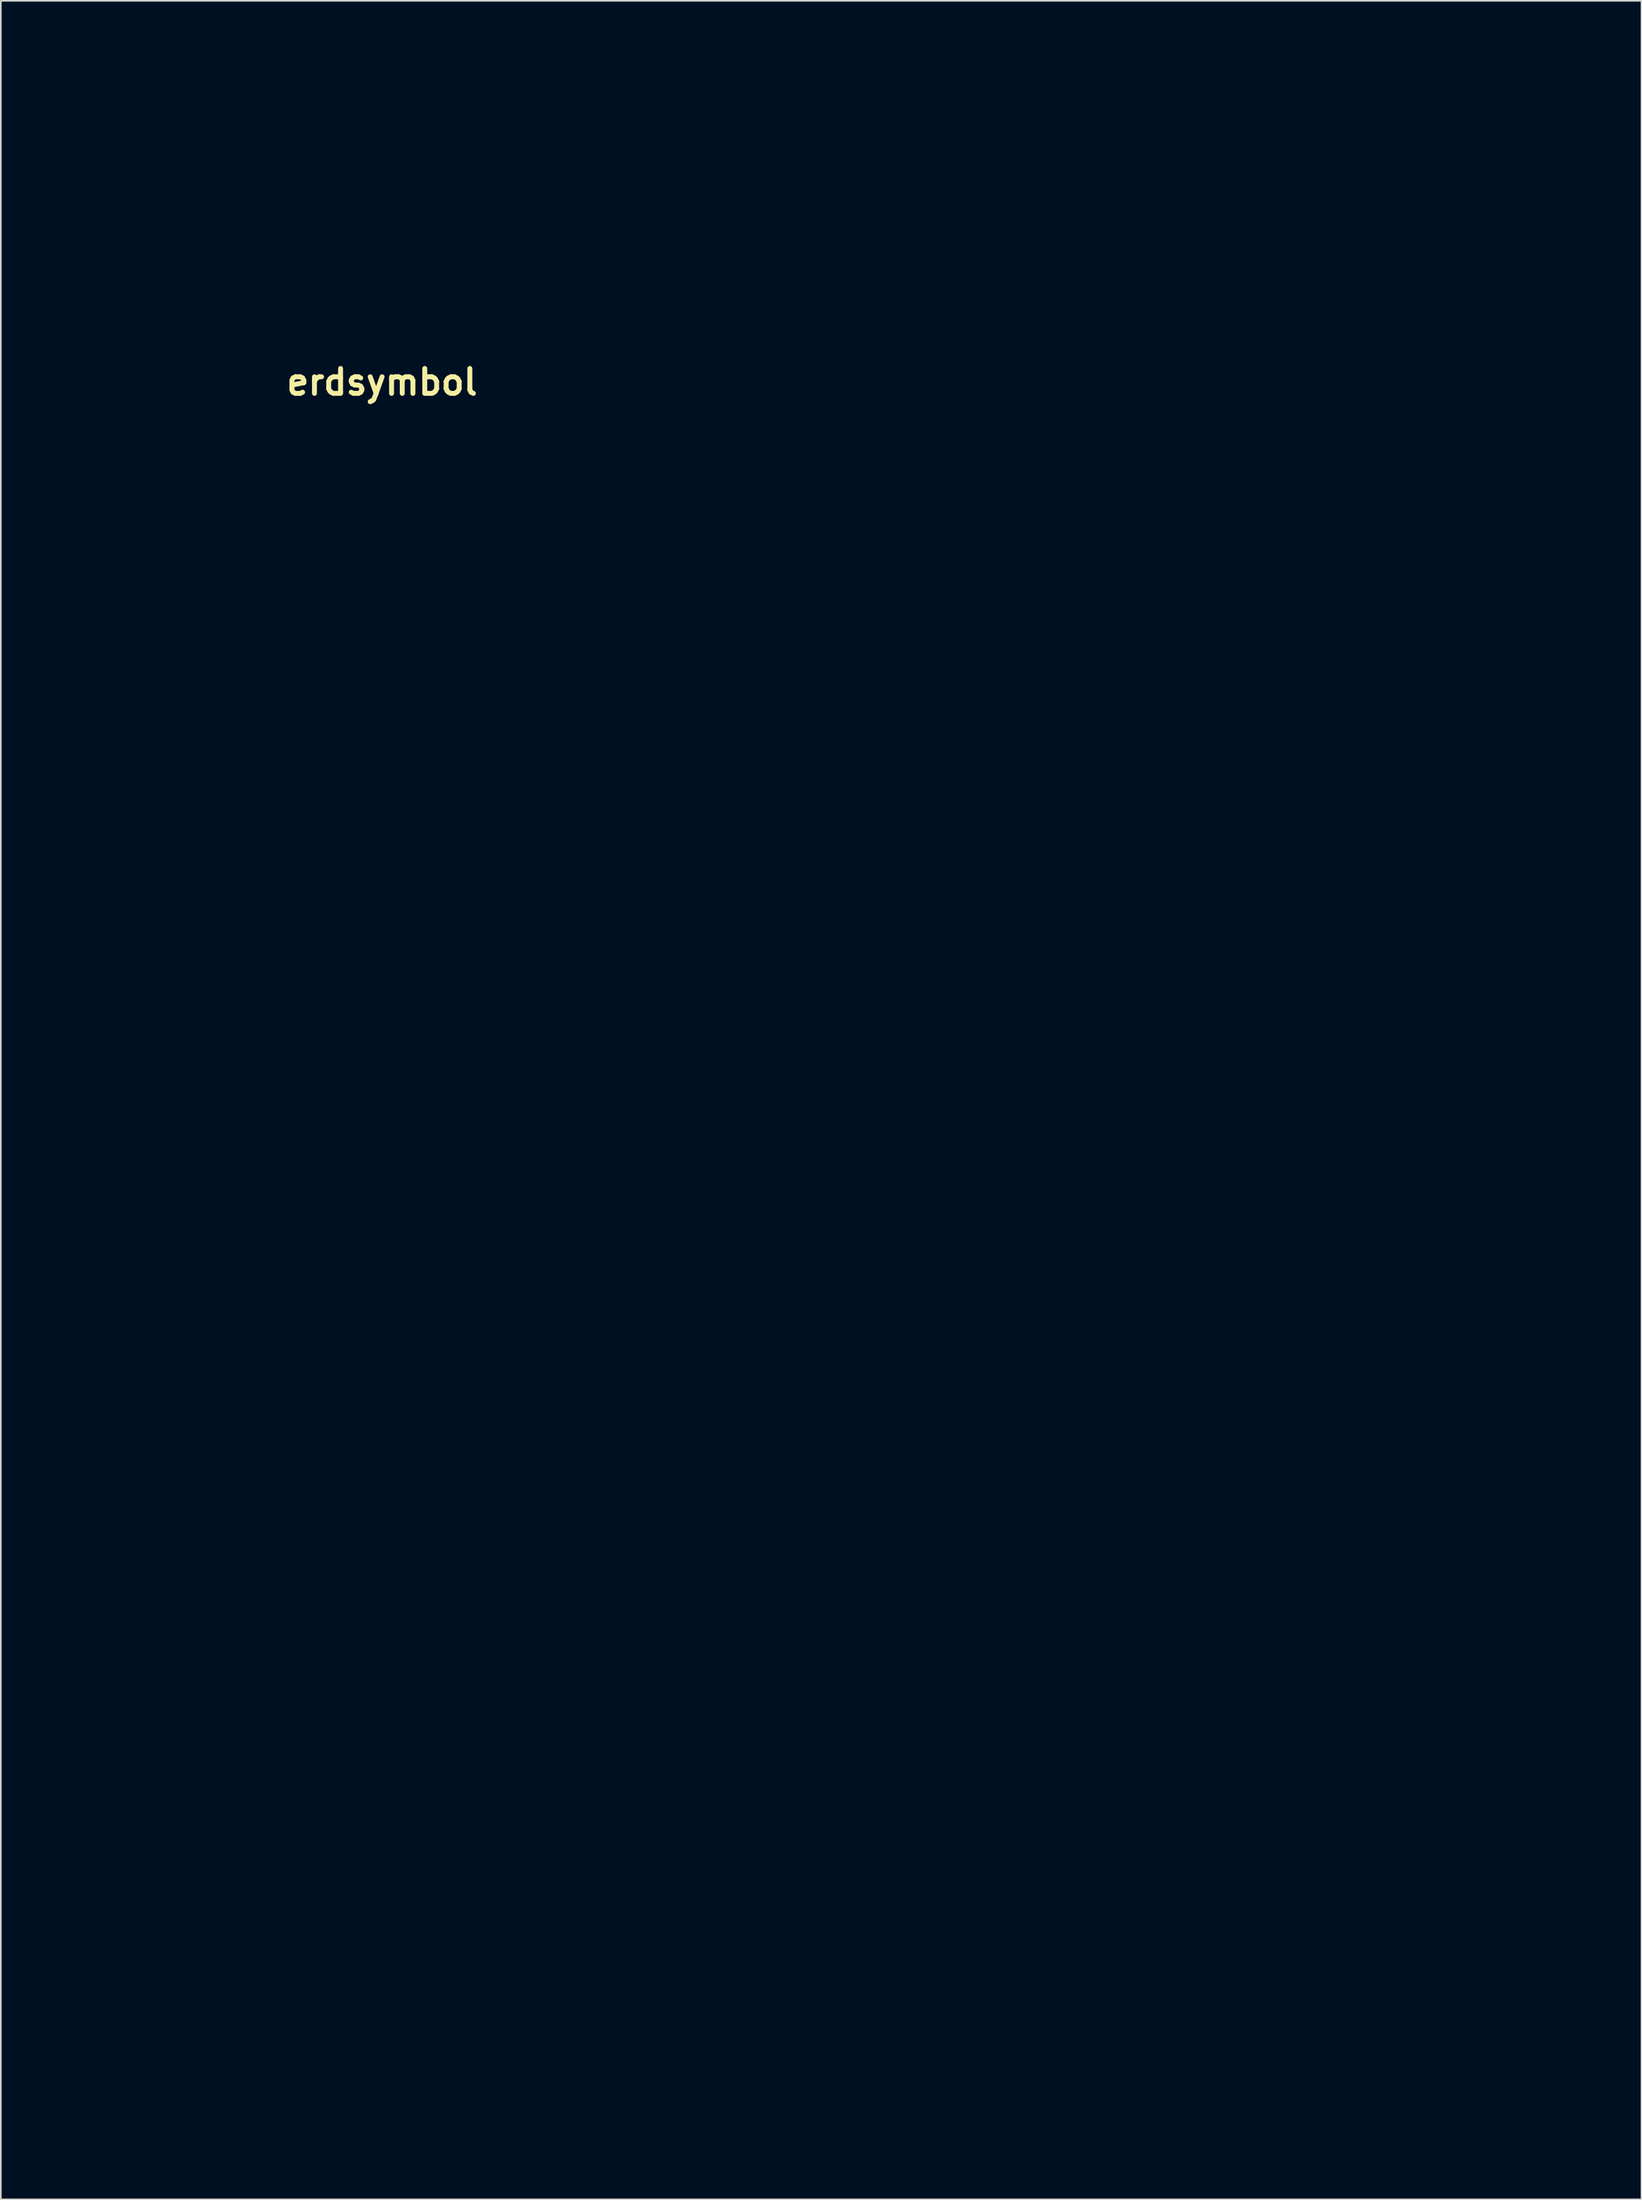
<source format=kicad_pcb>
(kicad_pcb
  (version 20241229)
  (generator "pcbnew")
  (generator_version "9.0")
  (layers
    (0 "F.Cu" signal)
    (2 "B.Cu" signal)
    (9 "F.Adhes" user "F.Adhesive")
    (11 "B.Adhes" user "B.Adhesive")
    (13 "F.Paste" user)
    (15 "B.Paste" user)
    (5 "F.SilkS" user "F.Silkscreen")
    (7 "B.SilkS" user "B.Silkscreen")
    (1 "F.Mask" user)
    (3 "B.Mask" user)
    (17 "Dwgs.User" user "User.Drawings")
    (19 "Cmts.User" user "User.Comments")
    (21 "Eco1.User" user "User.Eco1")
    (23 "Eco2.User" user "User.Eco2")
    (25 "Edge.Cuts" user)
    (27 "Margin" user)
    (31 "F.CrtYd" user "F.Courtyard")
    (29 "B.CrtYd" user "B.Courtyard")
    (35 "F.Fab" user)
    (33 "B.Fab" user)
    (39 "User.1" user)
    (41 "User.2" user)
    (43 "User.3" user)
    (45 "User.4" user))
  (footprint "erdsymbol"
    (layer "F.Cu")
    (at 20.325 20.325)
    (property "Reference" "erdsymbol" (at 0 0 0) (layer "F.SilkS") (effects (font (size 1.524 1.524) (thickness 0.3))))
    (attr through_hole)
    (fp_poly (pts (xy 20.32 20.32) (xy -20.32 20.32) (xy -20.32 -20.32) (xy 20.32 -20.32) (xy 20.32 20.32)) (stroke (width 0.01) (type solid)) (fill no) (layer "Eco1.User")))
  (footprint "panel_left2_mask"
    (layer "F.Cu")
    (at 69.013 64.225)
    (property "Reference" "panel_left2_mask" (at 0 0 0) (layer "F.Mask") (effects (font (size 1.524 1.524) (thickness 0.3))))
    (attr through_hole)
    (fp_poly (pts (xy 25.358 64.262) (xy -25.358 64.262) (xy -25.358 -64.22) (xy 25.358 -64.22) (xy 25.358 64.262)) (stroke (width 0.01) (type solid)) (fill yes) (layer "F.Mask")))
  (gr_rect
    (start -3 -3)
    (end 97.375 131.492)
    (stroke (width 0.1) (type default))
    (fill no)
    (layer "Edge.Cuts")))
</source>
